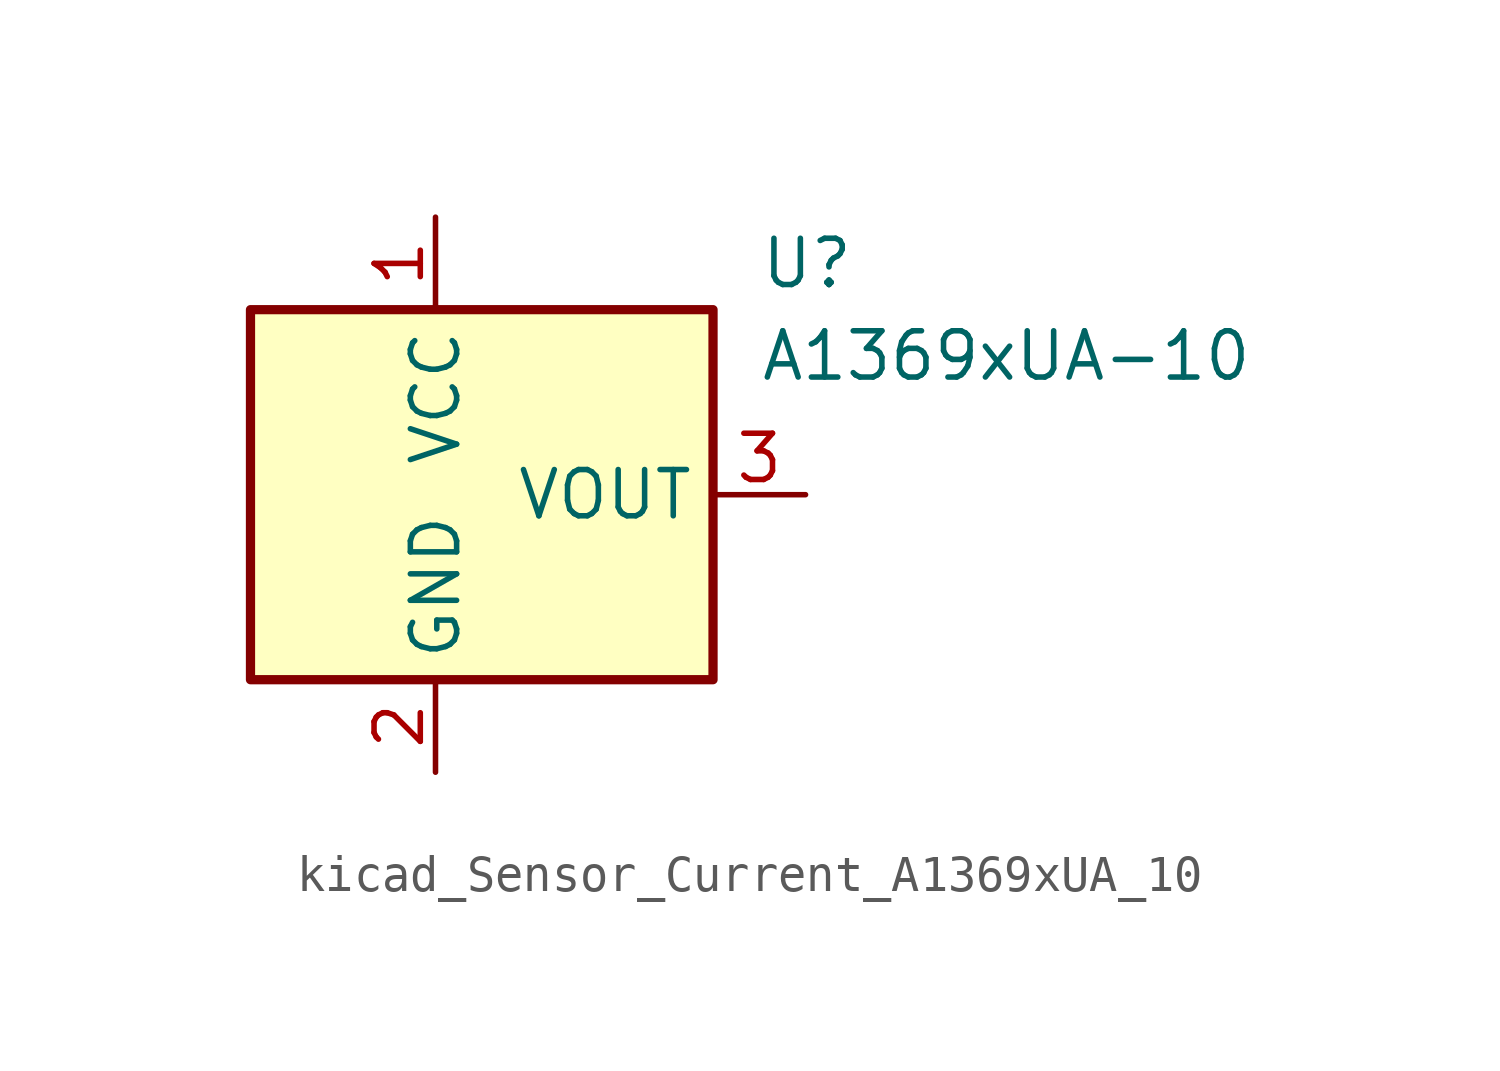
<source format=kicad_sym>
(kicad_symbol_lib
  (version 20220914)
  (generator kicad_symbol_editor)
  (symbol "kicad_Sensor_Current_A1369xUA_10"
    (property "Reference" "U"
      (at 8.89 6.35 0)
      (effects (font (size 1.27 1.27)) (justify left)))
    (property "Value" "A1369xUA-10"
      (at 8.89 3.81 0)
      (effects (font (size 1.27 1.27)) (justify left)))
    (symbol "kicad_Sensor_Current_A1369xUA_10_0_1"
      (rectangle (start -5.08 5.08) (end 7.62 -5.08) (stroke (width 0.254) (type default)) (fill (type background))))
    (symbol "kicad_Sensor_Current_A1369xUA_10_1_1"
      (pin power_in line (at 0 7.62 270) (length 2.54) (name "VCC" (effects (font (size 1.27 1.27)))) (number "1" (effects (font (size 1.27 1.27)))))
      (pin power_in line (at 0 -7.62 90) (length 2.54) (name "GND" (effects (font (size 1.27 1.27)))) (number "2" (effects (font (size 1.27 1.27)))))
      (pin output line (at 10.16 0 180) (length 2.54) (name "VOUT" (effects (font (size 1.27 1.27)))) (number "3" (effects (font (size 1.27 1.27))))))))
</source>
